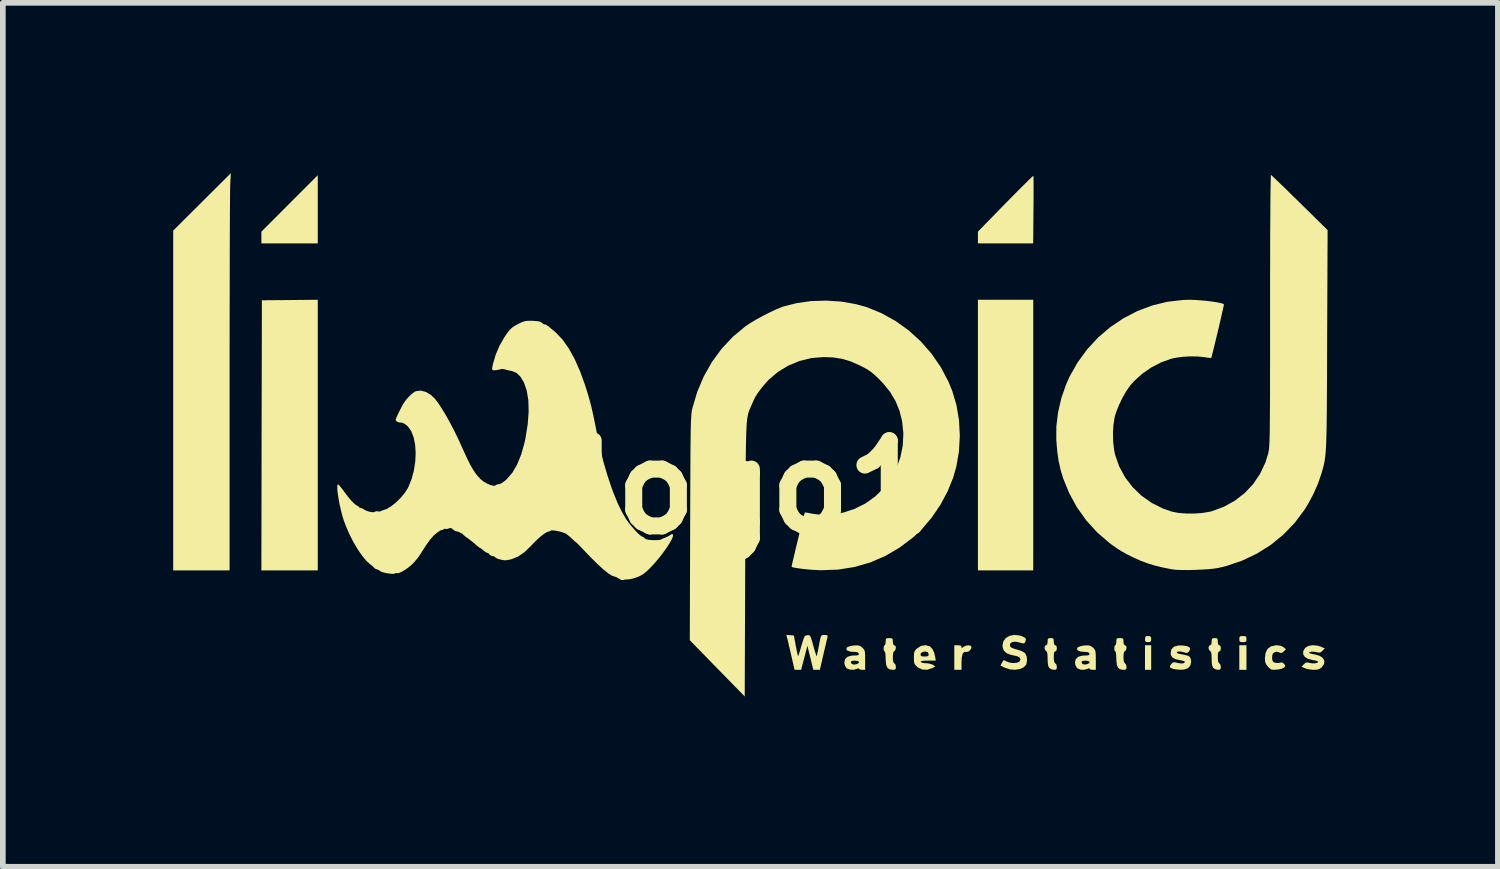
<source format=kicad_pcb>
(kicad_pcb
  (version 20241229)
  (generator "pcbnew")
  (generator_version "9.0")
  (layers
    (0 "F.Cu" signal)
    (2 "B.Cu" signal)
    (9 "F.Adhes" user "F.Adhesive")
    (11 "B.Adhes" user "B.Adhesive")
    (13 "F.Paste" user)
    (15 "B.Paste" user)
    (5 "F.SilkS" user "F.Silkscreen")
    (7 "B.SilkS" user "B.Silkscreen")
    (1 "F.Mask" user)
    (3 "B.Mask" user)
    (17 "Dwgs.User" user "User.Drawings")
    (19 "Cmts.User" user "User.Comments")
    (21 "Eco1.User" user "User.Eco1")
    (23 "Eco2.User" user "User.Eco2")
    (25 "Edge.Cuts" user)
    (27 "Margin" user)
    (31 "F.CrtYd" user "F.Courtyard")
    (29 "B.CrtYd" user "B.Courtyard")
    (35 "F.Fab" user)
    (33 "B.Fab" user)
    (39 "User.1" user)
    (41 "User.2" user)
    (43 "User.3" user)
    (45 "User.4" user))
  (footprint "logo1"
    (layer "F.Cu")
    (at 10.182 5.533)
    (property "Reference" "logo1" (at 0 0 0) (layer "F.SilkS") (effects (font (size 1.5 1.5) (thickness 0.3))))
    (attr board_only exclude_from_pos_files exclude_from_bom)
    (fp_poly (pts (xy -7.636 -4.897) (xy -7.636 -4.297) (xy -8.133 -4.297) (xy -8.629 -4.297) (xy -8.629 -4.4) (xy -8.629 -4.503) (xy -8.133 -5) (xy -7.636 -5.497)) (stroke (width 0) (type solid)) (fill yes) (layer "F.SilkS"))
    (fp_poly (pts (xy -7.636 -0.921) (xy -7.636 1.462) (xy -8.133 1.462) (xy -8.629 1.462) (xy -8.625 -0.916) (xy -8.62 -3.295) (xy -8.128 -3.299) (xy -7.636 -3.304)) (stroke (width 0) (type solid)) (fill yes) (layer "F.SilkS"))
    (fp_poly (pts (xy 4.964 -0.921) (xy 4.964 1.462) (xy 4.477 1.462) (xy 3.99 1.462) (xy 3.99 -0.921) (xy 3.99 -3.304) (xy 4.477 -3.304) (xy 4.964 -3.304)) (stroke (width 0) (type solid)) (fill yes) (layer "F.SilkS"))
    (fp_poly (pts (xy 7.041 2.997) (xy 7.041 3.213) (xy 6.986 3.213) (xy 6.932 3.213) (xy 6.932 2.997) (xy 6.932 2.78) (xy 6.986 2.78) (xy 7.041 2.78)) (stroke (width 0) (type solid)) (fill yes) (layer "F.SilkS"))
    (fp_poly (pts (xy 8.719 2.997) (xy 8.719 3.213) (xy 8.656 3.213) (xy 8.593 3.213) (xy 8.593 2.997) (xy 8.593 2.78) (xy 8.656 2.78) (xy 8.719 2.78)) (stroke (width 0) (type solid)) (fill yes) (layer "F.SilkS"))
    (fp_poly (pts (xy 7.025 2.622) (xy 7.039 2.643) (xy 7.041 2.672) (xy 7.036 2.71) (xy 7.015 2.724) (xy 6.986 2.726) (xy 6.948 2.721) (xy 6.934 2.7) (xy 6.932 2.672) (xy 6.937 2.633) (xy 6.958 2.619) (xy 6.986 2.618)) (stroke (width 0) (type solid)) (fill yes) (layer "F.SilkS"))
    (fp_poly (pts (xy 8.699 2.621) (xy 8.716 2.636) (xy 8.719 2.672) (xy 8.716 2.708) (xy 8.698 2.723) (xy 8.656 2.726) (xy 8.614 2.723) (xy 8.596 2.708) (xy 8.593 2.672) (xy 8.597 2.635) (xy 8.614 2.62) (xy 8.656 2.618)) (stroke (width 0) (type solid)) (fill yes) (layer "F.SilkS"))
    (fp_poly (pts (xy 4.968 -5.468) (xy 4.969 -5.417) (xy 4.97 -5.338) (xy 4.97 -5.236) (xy 4.97 -5.115) (xy 4.969 -4.98) (xy 4.968 -4.888) (xy 4.963 -4.297) (xy 4.476 -4.297) (xy 3.99 -4.297) (xy 3.99 -4.4) (xy 3.99 -4.504) (xy 4.475 -5.001) (xy 4.583 -5.111) (xy 4.683 -5.212) (xy 4.772 -5.301) (xy 4.848 -5.376) (xy 4.907 -5.434) (xy 4.947 -5.472) (xy 4.966 -5.488) (xy 4.967 -5.488)) (stroke (width 0) (type solid)) (fill yes) (layer "F.SilkS"))
    (fp_poly (pts (xy -9.178 -5.326) (xy -9.179 -5.286) (xy -9.18 -5.212) (xy -9.181 -5.106) (xy -9.182 -4.969) (xy -9.183 -4.805) (xy -9.184 -4.614) (xy -9.185 -4.398) (xy -9.186 -4.16) (xy -9.186 -3.902) (xy -9.187 -3.624) (xy -9.187 -3.33) (xy -9.188 -3.022) (xy -9.188 -2.701) (xy -9.189 -2.368) (xy -9.189 -2.027) (xy -9.189 -1.828) (xy -9.189 1.462) (xy -9.685 1.462) (xy -10.182 1.462) (xy -10.182 -1.53) (xy -10.182 -4.522) (xy -9.674 -5.028) (xy -9.167 -5.533)) (stroke (width 0) (type solid)) (fill yes) (layer "F.SilkS"))
    (fp_poly (pts (xy 3.683 2.785) (xy 3.7 2.802) (xy 3.701 2.81) (xy 3.703 2.83) (xy 3.717 2.824) (xy 3.734 2.81) (xy 3.774 2.788) (xy 3.821 2.781) (xy 3.86 2.788) (xy 3.873 2.799) (xy 3.874 2.83) (xy 3.854 2.865) (xy 3.823 2.892) (xy 3.792 2.898) (xy 3.751 2.897) (xy 3.722 2.928) (xy 3.706 2.99) (xy 3.701 3.079) (xy 3.701 3.213) (xy 3.638 3.213) (xy 3.574 3.213) (xy 3.574 2.997) (xy 3.574 2.78) (xy 3.638 2.78)) (stroke (width 0) (type solid)) (fill yes) (layer "F.SilkS"))
    (fp_poly (pts (xy 9.328 2.792) (xy 9.372 2.815) (xy 9.414 2.85) (xy 9.376 2.889) (xy 9.344 2.915) (xy 9.315 2.915) (xy 9.297 2.906) (xy 9.249 2.894) (xy 9.214 2.904) (xy 9.185 2.925) (xy 9.173 2.96) (xy 9.171 2.997) (xy 9.175 3.047) (xy 9.19 3.073) (xy 9.216 3.087) (xy 9.277 3.094) (xy 9.304 3.088) (xy 9.345 3.082) (xy 9.378 3.105) (xy 9.38 3.107) (xy 9.401 3.135) (xy 9.397 3.156) (xy 9.383 3.172) (xy 9.345 3.192) (xy 9.285 3.206) (xy 9.253 3.209) (xy 9.194 3.213) (xy 9.156 3.207) (xy 9.126 3.187) (xy 9.099 3.16) (xy 9.064 3.115) (xy 9.048 3.069) (xy 9.044 3.012) (xy 9.056 2.914) (xy 9.091 2.844) (xy 9.15 2.8) (xy 9.235 2.781) (xy 9.26 2.78)) (stroke (width 0) (type solid)) (fill yes) (layer "F.SilkS"))
    (fp_poly (pts (xy 5.308 2.657) (xy 5.323 2.675) (xy 5.326 2.717) (xy 5.331 2.764) (xy 5.35 2.78) (xy 5.353 2.78) (xy 5.374 2.796) (xy 5.38 2.834) (xy 5.372 2.877) (xy 5.353 2.888) (xy 5.336 2.897) (xy 5.328 2.928) (xy 5.326 2.988) (xy 5.329 3.053) (xy 5.34 3.089) (xy 5.353 3.099) (xy 5.373 3.123) (xy 5.38 3.161) (xy 5.375 3.199) (xy 5.352 3.212) (xy 5.328 3.213) (xy 5.279 3.202) (xy 5.247 3.18) (xy 5.229 3.147) (xy 5.22 3.094) (xy 5.217 3.02) (xy 5.215 2.947) (xy 5.208 2.905) (xy 5.195 2.884) (xy 5.19 2.882) (xy 5.17 2.858) (xy 5.163 2.826) (xy 5.172 2.789) (xy 5.19 2.78) (xy 5.21 2.766) (xy 5.217 2.723) (xy 5.217 2.717) (xy 5.22 2.674) (xy 5.236 2.657) (xy 5.271 2.654)) (stroke (width 0) (type solid)) (fill yes) (layer "F.SilkS"))
    (fp_poly (pts (xy 8.196 2.657) (xy 8.211 2.675) (xy 8.214 2.717) (xy 8.22 2.764) (xy 8.239 2.78) (xy 8.241 2.78) (xy 8.263 2.796) (xy 8.268 2.834) (xy 8.26 2.877) (xy 8.241 2.888) (xy 8.225 2.897) (xy 8.216 2.928) (xy 8.214 2.988) (xy 8.217 3.053) (xy 8.229 3.089) (xy 8.241 3.099) (xy 8.261 3.123) (xy 8.268 3.161) (xy 8.263 3.199) (xy 8.241 3.212) (xy 8.217 3.213) (xy 8.168 3.202) (xy 8.135 3.18) (xy 8.118 3.147) (xy 8.108 3.094) (xy 8.106 3.02) (xy 8.104 2.947) (xy 8.096 2.905) (xy 8.083 2.884) (xy 8.079 2.882) (xy 8.058 2.858) (xy 8.051 2.826) (xy 8.061 2.789) (xy 8.079 2.78) (xy 8.099 2.766) (xy 8.106 2.723) (xy 8.106 2.717) (xy 8.109 2.674) (xy 8.124 2.657) (xy 8.16 2.654)) (stroke (width 0) (type solid)) (fill yes) (layer "F.SilkS"))
    (fp_poly (pts (xy 2.47 2.657) (xy 2.488 2.672) (xy 2.491 2.712) (xy 2.491 2.717) (xy 2.497 2.764) (xy 2.516 2.78) (xy 2.518 2.78) (xy 2.54 2.796) (xy 2.545 2.826) (xy 2.536 2.864) (xy 2.518 2.882) (xy 2.501 2.902) (xy 2.493 2.948) (xy 2.491 2.99) (xy 2.495 3.055) (xy 2.507 3.089) (xy 2.518 3.099) (xy 2.539 3.123) (xy 2.545 3.161) (xy 2.542 3.196) (xy 2.523 3.211) (xy 2.483 3.213) (xy 2.426 3.202) (xy 2.393 3.173) (xy 2.373 3.12) (xy 2.365 3.032) (xy 2.365 3.011) (xy 2.362 2.947) (xy 2.356 2.904) (xy 2.347 2.888) (xy 2.334 2.873) (xy 2.329 2.835) (xy 2.329 2.834) (xy 2.334 2.796) (xy 2.347 2.78) (xy 2.347 2.78) (xy 2.359 2.764) (xy 2.365 2.725) (xy 2.365 2.717) (xy 2.368 2.675) (xy 2.383 2.657) (xy 2.423 2.654) (xy 2.428 2.654)) (stroke (width 0) (type solid)) (fill yes) (layer "F.SilkS"))
    (fp_poly (pts (xy 6.532 2.657) (xy 6.55 2.672) (xy 6.553 2.712) (xy 6.553 2.717) (xy 6.559 2.764) (xy 6.578 2.78) (xy 6.58 2.78) (xy 6.602 2.796) (xy 6.607 2.826) (xy 6.598 2.864) (xy 6.58 2.882) (xy 6.563 2.902) (xy 6.554 2.948) (xy 6.553 2.99) (xy 6.557 3.055) (xy 6.569 3.089) (xy 6.58 3.099) (xy 6.6 3.123) (xy 6.607 3.161) (xy 6.603 3.196) (xy 6.585 3.211) (xy 6.545 3.213) (xy 6.488 3.202) (xy 6.455 3.173) (xy 6.435 3.12) (xy 6.427 3.032) (xy 6.427 3.011) (xy 6.424 2.947) (xy 6.418 2.904) (xy 6.409 2.888) (xy 6.396 2.873) (xy 6.391 2.835) (xy 6.391 2.834) (xy 6.396 2.796) (xy 6.408 2.78) (xy 6.409 2.78) (xy 6.421 2.764) (xy 6.427 2.725) (xy 6.427 2.717) (xy 6.43 2.675) (xy 6.445 2.657) (xy 6.485 2.654) (xy 6.49 2.654)) (stroke (width 0) (type solid)) (fill yes) (layer "F.SilkS"))
    (fp_poly (pts (xy 3.139 2.797) (xy 3.142 2.799) (xy 3.184 2.839) (xy 3.218 2.907) (xy 3.237 2.983) (xy 3.247 3.051) (xy 3.111 3.051) (xy 3.039 3.053) (xy 2.997 3.058) (xy 2.983 3.068) (xy 2.983 3.073) (xy 3.006 3.088) (xy 3.055 3.096) (xy 3.072 3.096) (xy 3.133 3.103) (xy 3.185 3.119) (xy 3.196 3.125) (xy 3.24 3.154) (xy 3.182 3.184) (xy 3.095 3.212) (xy 3.01 3.208) (xy 2.934 3.172) (xy 2.921 3.161) (xy 2.888 3.129) (xy 2.87 3.098) (xy 2.863 3.055) (xy 2.862 2.997) (xy 2.863 2.943) (xy 2.979 2.943) (xy 2.985 2.966) (xy 3.01 2.977) (xy 3.051 2.979) (xy 3.098 2.976) (xy 3.119 2.964) (xy 3.123 2.942) (xy 3.109 2.905) (xy 3.069 2.89) (xy 3.024 2.896) (xy 2.986 2.918) (xy 2.979 2.943) (xy 2.863 2.943) (xy 2.864 2.933) (xy 2.872 2.892) (xy 2.891 2.862) (xy 2.921 2.833) (xy 2.99 2.791) (xy 3.066 2.779)) (stroke (width 0) (type solid)) (fill yes) (layer "F.SilkS"))
    (fp_poly (pts (xy 9.976 2.789) (xy 10.032 2.807) (xy 10.097 2.835) (xy 10.058 2.877) (xy 10.027 2.904) (xy 9.996 2.91) (xy 9.949 2.901) (xy 9.901 2.893) (xy 9.858 2.894) (xy 9.829 2.902) (xy 9.824 2.916) (xy 9.827 2.919) (xy 9.85 2.927) (xy 9.896 2.938) (xy 9.933 2.945) (xy 10.012 2.968) (xy 10.066 3.007) (xy 10.091 3.057) (xy 10.085 3.112) (xy 10.046 3.167) (xy 10.044 3.169) (xy 10.003 3.198) (xy 9.955 3.211) (xy 9.904 3.213) (xy 9.835 3.207) (xy 9.771 3.193) (xy 9.75 3.185) (xy 9.689 3.159) (xy 9.729 3.116) (xy 9.761 3.088) (xy 9.794 3.083) (xy 9.829 3.091) (xy 9.881 3.1) (xy 9.931 3.098) (xy 9.97 3.087) (xy 9.983 3.07) (xy 9.967 3.059) (xy 9.925 3.048) (xy 9.883 3.041) (xy 9.802 3.02) (xy 9.746 2.984) (xy 9.717 2.936) (xy 9.719 2.883) (xy 9.753 2.828) (xy 9.757 2.824) (xy 9.813 2.791) (xy 9.89 2.779)) (stroke (width 0) (type solid)) (fill yes) (layer "F.SilkS"))
    (fp_poly (pts (xy 7.669 2.795) (xy 7.716 2.816) (xy 7.729 2.846) (xy 7.711 2.885) (xy 7.683 2.913) (xy 7.652 2.915) (xy 7.63 2.907) (xy 7.577 2.893) (xy 7.529 2.889) (xy 7.498 2.896) (xy 7.492 2.906) (xy 7.497 2.917) (xy 7.516 2.927) (xy 7.556 2.936) (xy 7.625 2.949) (xy 7.635 2.951) (xy 7.698 2.968) (xy 7.732 3) (xy 7.744 3.053) (xy 7.745 3.07) (xy 7.73 3.138) (xy 7.688 3.185) (xy 7.617 3.208) (xy 7.557 3.212) (xy 7.492 3.207) (xy 7.434 3.198) (xy 7.415 3.192) (xy 7.376 3.173) (xy 7.369 3.15) (xy 7.392 3.114) (xy 7.397 3.108) (xy 7.421 3.085) (xy 7.448 3.079) (xy 7.493 3.088) (xy 7.503 3.091) (xy 7.566 3.101) (xy 7.612 3.097) (xy 7.635 3.078) (xy 7.636 3.072) (xy 7.62 3.06) (xy 7.579 3.048) (xy 7.55 3.043) (xy 7.467 3.024) (xy 7.414 2.995) (xy 7.388 2.952) (xy 7.384 2.916) (xy 7.398 2.851) (xy 7.441 2.807) (xy 7.512 2.785) (xy 7.587 2.784)) (stroke (width 0) (type solid)) (fill yes) (layer "F.SilkS"))
    (fp_poly (pts (xy 4.718 2.607) (xy 4.775 2.626) (xy 4.822 2.651) (xy 4.836 2.679) (xy 4.824 2.719) (xy 4.821 2.725) (xy 4.807 2.744) (xy 4.786 2.748) (xy 4.747 2.739) (xy 4.725 2.732) (xy 4.654 2.717) (xy 4.598 2.723) (xy 4.562 2.745) (xy 4.552 2.784) (xy 4.553 2.784) (xy 4.562 2.808) (xy 4.588 2.827) (xy 4.637 2.845) (xy 4.675 2.855) (xy 4.752 2.88) (xy 4.807 2.91) (xy 4.824 2.925) (xy 4.848 2.978) (xy 4.855 3.046) (xy 4.844 3.11) (xy 4.838 3.124) (xy 4.794 3.17) (xy 4.726 3.2) (xy 4.644 3.212) (xy 4.556 3.206) (xy 4.472 3.179) (xy 4.464 3.176) (xy 4.388 3.138) (xy 4.415 3.085) (xy 4.435 3.05) (xy 4.454 3.044) (xy 4.485 3.061) (xy 4.488 3.063) (xy 4.541 3.084) (xy 4.606 3.094) (xy 4.669 3.09) (xy 4.715 3.073) (xy 4.721 3.068) (xy 4.74 3.031) (xy 4.727 2.998) (xy 4.684 2.974) (xy 4.66 2.969) (xy 4.559 2.946) (xy 4.488 2.916) (xy 4.446 2.875) (xy 4.426 2.82) (xy 4.423 2.781) (xy 4.439 2.708) (xy 4.483 2.651) (xy 4.548 2.614) (xy 4.628 2.598)) (stroke (width 0) (type solid)) (fill yes) (layer "F.SilkS"))
    (fp_poly (pts (xy 1.91 2.791) (xy 1.945 2.814) (xy 1.954 2.823) (xy 1.977 2.846) (xy 1.992 2.87) (xy 2 2.904) (xy 2.003 2.955) (xy 2.004 3.033) (xy 2.004 3.041) (xy 2.004 3.213) (xy 1.95 3.213) (xy 1.912 3.208) (xy 1.896 3.195) (xy 1.896 3.195) (xy 1.884 3.185) (xy 1.861 3.195) (xy 1.801 3.212) (xy 1.737 3.21) (xy 1.683 3.189) (xy 1.67 3.177) (xy 1.646 3.133) (xy 1.637 3.084) (xy 1.639 3.076) (xy 1.751 3.076) (xy 1.765 3.105) (xy 1.774 3.111) (xy 1.801 3.12) (xy 1.827 3.119) (xy 1.855 3.112) (xy 1.891 3.094) (xy 1.896 3.074) (xy 1.871 3.058) (xy 1.823 3.051) (xy 1.772 3.056) (xy 1.752 3.072) (xy 1.751 3.076) (xy 1.639 3.076) (xy 1.652 3.023) (xy 1.696 2.982) (xy 1.769 2.963) (xy 1.809 2.961) (xy 1.862 2.959) (xy 1.888 2.951) (xy 1.893 2.934) (xy 1.892 2.929) (xy 1.879 2.909) (xy 1.847 2.899) (xy 1.801 2.897) (xy 1.736 2.891) (xy 1.691 2.874) (xy 1.672 2.849) (xy 1.682 2.821) (xy 1.688 2.816) (xy 1.722 2.801) (xy 1.777 2.788) (xy 1.811 2.784) (xy 1.871 2.782)) (stroke (width 0) (type solid)) (fill yes) (layer "F.SilkS"))
    (fp_poly (pts (xy 5.972 2.791) (xy 6.006 2.814) (xy 6.016 2.823) (xy 6.039 2.846) (xy 6.054 2.87) (xy 6.062 2.904) (xy 6.065 2.955) (xy 6.066 3.033) (xy 6.066 3.041) (xy 6.066 3.213) (xy 6.012 3.213) (xy 5.973 3.208) (xy 5.957 3.195) (xy 5.957 3.195) (xy 5.946 3.185) (xy 5.922 3.195) (xy 5.863 3.212) (xy 5.798 3.21) (xy 5.745 3.189) (xy 5.731 3.177) (xy 5.708 3.133) (xy 5.699 3.084) (xy 5.7 3.076) (xy 5.813 3.076) (xy 5.827 3.105) (xy 5.836 3.111) (xy 5.863 3.12) (xy 5.889 3.119) (xy 5.917 3.112) (xy 5.953 3.094) (xy 5.957 3.074) (xy 5.933 3.058) (xy 5.885 3.051) (xy 5.834 3.056) (xy 5.814 3.072) (xy 5.813 3.076) (xy 5.7 3.076) (xy 5.714 3.023) (xy 5.758 2.982) (xy 5.831 2.963) (xy 5.87 2.961) (xy 5.924 2.959) (xy 5.949 2.951) (xy 5.955 2.934) (xy 5.954 2.929) (xy 5.941 2.909) (xy 5.908 2.899) (xy 5.863 2.897) (xy 5.798 2.891) (xy 5.753 2.874) (xy 5.733 2.849) (xy 5.744 2.821) (xy 5.75 2.816) (xy 5.784 2.801) (xy 5.839 2.788) (xy 5.873 2.784) (xy 5.933 2.782)) (stroke (width 0) (type solid)) (fill yes) (layer "F.SilkS"))
    (fp_poly (pts (xy 0.683 2.603) (xy 0.749 2.609) (xy 0.783 2.794) (xy 0.798 2.87) (xy 0.811 2.929) (xy 0.82 2.965) (xy 0.825 2.973) (xy 0.832 2.953) (xy 0.847 2.907) (xy 0.867 2.841) (xy 0.882 2.787) (xy 0.906 2.707) (xy 0.923 2.655) (xy 0.939 2.624) (xy 0.956 2.61) (xy 0.978 2.604) (xy 0.986 2.603) (xy 1.009 2.602) (xy 1.026 2.608) (xy 1.041 2.627) (xy 1.055 2.664) (xy 1.074 2.727) (xy 1.091 2.789) (xy 1.112 2.865) (xy 1.131 2.925) (xy 1.144 2.963) (xy 1.15 2.972) (xy 1.156 2.953) (xy 1.166 2.907) (xy 1.179 2.843) (xy 1.183 2.823) (xy 1.2 2.731) (xy 1.213 2.668) (xy 1.224 2.629) (xy 1.237 2.609) (xy 1.253 2.601) (xy 1.276 2.599) (xy 1.29 2.6) (xy 1.331 2.602) (xy 1.344 2.615) (xy 1.338 2.651) (xy 1.336 2.658) (xy 1.326 2.697) (xy 1.311 2.763) (xy 1.291 2.847) (xy 1.269 2.941) (xy 1.264 2.965) (xy 1.206 3.213) (xy 1.149 3.213) (xy 1.091 3.213) (xy 1.039 3.001) (xy 0.987 2.789) (xy 0.932 3.001) (xy 0.876 3.213) (xy 0.819 3.213) (xy 0.761 3.213) (xy 0.704 2.965) (xy 0.682 2.87) (xy 0.661 2.782) (xy 0.645 2.711) (xy 0.633 2.664) (xy 0.631 2.657) (xy 0.616 2.598)) (stroke (width 0) (type solid)) (fill yes) (layer "F.SilkS"))
    (fp_poly (pts (xy 1.582 -3.272) (xy 1.836 -3.228) (xy 2.029 -3.175) (xy 2.291 -3.068) (xy 2.54 -2.93) (xy 2.771 -2.764) (xy 2.983 -2.571) (xy 3.172 -2.355) (xy 3.335 -2.119) (xy 3.469 -1.866) (xy 3.537 -1.701) (xy 3.612 -1.448) (xy 3.657 -1.181) (xy 3.671 -0.908) (xy 3.656 -0.634) (xy 3.61 -0.368) (xy 3.554 -0.172) (xy 3.455 0.073) (xy 3.327 0.31) (xy 3.176 0.532) (xy 3.006 0.732) (xy 2.852 0.878) (xy 2.612 1.059) (xy 2.359 1.208) (xy 2.094 1.322) (xy 1.817 1.402) (xy 1.529 1.448) (xy 1.23 1.459) (xy 1.169 1.457) (xy 1.07 1.451) (xy 0.97 1.443) (xy 0.877 1.432) (xy 0.797 1.421) (xy 0.738 1.41) (xy 0.708 1.399) (xy 0.711 1.382) (xy 0.721 1.334) (xy 0.738 1.263) (xy 0.759 1.174) (xy 0.783 1.071) (xy 0.81 0.961) (xy 0.837 0.849) (xy 0.864 0.741) (xy 0.889 0.641) (xy 0.91 0.556) (xy 0.927 0.491) (xy 0.938 0.452) (xy 0.941 0.443) (xy 0.961 0.443) (xy 1.005 0.45) (xy 1.056 0.461) (xy 1.236 0.486) (xy 1.427 0.48) (xy 1.626 0.442) (xy 1.814 0.38) (xy 2.008 0.284) (xy 2.18 0.161) (xy 2.33 0.015) (xy 2.455 -0.151) (xy 2.553 -0.334) (xy 2.624 -0.53) (xy 2.666 -0.736) (xy 2.677 -0.948) (xy 2.655 -1.163) (xy 2.61 -1.345) (xy 2.54 -1.518) (xy 2.443 -1.681) (xy 2.314 -1.839) (xy 2.257 -1.898) (xy 2.179 -1.973) (xy 2.113 -2.029) (xy 2.046 -2.075) (xy 1.966 -2.119) (xy 1.912 -2.146) (xy 1.752 -2.217) (xy 1.601 -2.263) (xy 1.444 -2.288) (xy 1.273 -2.295) (xy 1.056 -2.277) (xy 0.847 -2.226) (xy 0.648 -2.143) (xy 0.466 -2.032) (xy 0.304 -1.894) (xy 0.207 -1.785) (xy 0.146 -1.707) (xy 0.102 -1.646) (xy 0.068 -1.59) (xy 0.038 -1.529) (xy 0.008 -1.46) (xy -0.007 -1.426) (xy -0.02 -1.396) (xy -0.033 -1.367) (xy -0.043 -1.339) (xy -0.053 -1.309) (xy -0.061 -1.276) (xy -0.069 -1.236) (xy -0.075 -1.189) (xy -0.081 -1.133) (xy -0.085 -1.065) (xy -0.089 -0.984) (xy -0.092 -0.887) (xy -0.095 -0.773) (xy -0.097 -0.64) (xy -0.099 -0.486) (xy -0.101 -0.309) (xy -0.102 -0.107) (xy -0.103 0.122) (xy -0.104 0.38) (xy -0.106 0.669) (xy -0.107 0.99) (xy -0.108 1.259) (xy -0.117 3.682) (xy -0.601 3.187) (xy -1.084 2.692) (xy -1.078 0.718) (xy -1.077 0.407) (xy -1.076 0.129) (xy -1.075 -0.116) (xy -1.074 -0.332) (xy -1.073 -0.521) (xy -1.072 -0.684) (xy -1.07 -0.823) (xy -1.069 -0.941) (xy -1.067 -1.04) (xy -1.065 -1.123) (xy -1.062 -1.19) (xy -1.059 -1.244) (xy -1.056 -1.288) (xy -1.052 -1.324) (xy -1.048 -1.353) (xy -1.043 -1.378) (xy -1.04 -1.39) (xy -0.954 -1.68) (xy -0.838 -1.954) (xy -0.694 -2.209) (xy -0.523 -2.442) (xy -0.326 -2.652) (xy -0.109 -2.833) (xy -0.022 -2.892) (xy 0.087 -2.957) (xy 0.208 -3.023) (xy 0.331 -3.085) (xy 0.446 -3.139) (xy 0.544 -3.178) (xy 0.563 -3.185) (xy 0.802 -3.246) (xy 1.056 -3.281) (xy 1.319 -3.289)) (stroke (width 0) (type solid)) (fill yes) (layer "F.SilkS"))
    (fp_poly (pts (xy 9.167 -5.489) (xy 9.206 -5.453) (xy 9.264 -5.397) (xy 9.34 -5.324) (xy 9.43 -5.237) (xy 9.53 -5.138) (xy 9.64 -5.031) (xy 9.657 -5.014) (xy 10.148 -4.531) (xy 10.14 -2.595) (xy 10.139 -2.282) (xy 10.138 -2.003) (xy 10.137 -1.755) (xy 10.135 -1.537) (xy 10.134 -1.345) (xy 10.132 -1.179) (xy 10.13 -1.035) (xy 10.127 -0.911) (xy 10.124 -0.805) (xy 10.12 -0.714) (xy 10.115 -0.637) (xy 10.109 -0.572) (xy 10.103 -0.515) (xy 10.095 -0.464) (xy 10.086 -0.418) (xy 10.076 -0.374) (xy 10.064 -0.33) (xy 10.051 -0.283) (xy 10.038 -0.239) (xy 9.98 -0.07) (xy 9.901 0.11) (xy 9.807 0.287) (xy 9.738 0.399) (xy 9.566 0.628) (xy 9.368 0.833) (xy 9.147 1.013) (xy 8.904 1.166) (xy 8.641 1.291) (xy 8.363 1.385) (xy 8.232 1.417) (xy 8.157 1.429) (xy 8.058 1.44) (xy 7.941 1.447) (xy 7.817 1.453) (xy 7.694 1.456) (xy 7.58 1.455) (xy 7.484 1.452) (xy 7.414 1.444) (xy 7.411 1.444) (xy 7.241 1.41) (xy 7.098 1.375) (xy 6.972 1.336) (xy 6.852 1.29) (xy 6.728 1.235) (xy 6.71 1.226) (xy 6.608 1.175) (xy 6.525 1.129) (xy 6.449 1.081) (xy 6.367 1.024) (xy 6.3 0.974) (xy 6.088 0.791) (xy 5.898 0.582) (xy 5.733 0.35) (xy 5.596 0.099) (xy 5.494 -0.151) (xy 5.446 -0.308) (xy 5.411 -0.464) (xy 5.387 -0.632) (xy 5.371 -0.824) (xy 5.37 -0.84) (xy 5.371 -1.076) (xy 5.402 -1.323) (xy 5.459 -1.571) (xy 5.542 -1.811) (xy 5.605 -1.953) (xy 5.747 -2.203) (xy 5.915 -2.432) (xy 6.106 -2.639) (xy 6.319 -2.821) (xy 6.55 -2.976) (xy 6.796 -3.104) (xy 7.055 -3.202) (xy 7.323 -3.268) (xy 7.599 -3.3) (xy 7.717 -3.304) (xy 7.805 -3.301) (xy 7.903 -3.295) (xy 8.003 -3.286) (xy 8.1 -3.274) (xy 8.186 -3.261) (xy 8.257 -3.248) (xy 8.304 -3.235) (xy 8.322 -3.223) (xy 8.322 -3.222) (xy 8.318 -3.199) (xy 8.307 -3.147) (xy 8.29 -3.072) (xy 8.269 -2.979) (xy 8.245 -2.875) (xy 8.219 -2.764) (xy 8.192 -2.652) (xy 8.166 -2.546) (xy 8.143 -2.45) (xy 8.123 -2.371) (xy 8.108 -2.313) (xy 8.1 -2.283) (xy 8.099 -2.28) (xy 8.079 -2.279) (xy 8.033 -2.284) (xy 7.972 -2.294) (xy 7.969 -2.294) (xy 7.86 -2.305) (xy 7.731 -2.307) (xy 7.596 -2.299) (xy 7.47 -2.282) (xy 7.393 -2.265) (xy 7.219 -2.203) (xy 7.045 -2.113) (xy 6.882 -2) (xy 6.74 -1.871) (xy 6.669 -1.791) (xy 6.6 -1.691) (xy 6.531 -1.57) (xy 6.47 -1.441) (xy 6.421 -1.316) (xy 6.398 -1.237) (xy 6.377 -1.106) (xy 6.368 -0.956) (xy 6.372 -0.801) (xy 6.389 -0.657) (xy 6.406 -0.573) (xy 6.479 -0.366) (xy 6.583 -0.175) (xy 6.715 -0.003) (xy 6.872 0.148) (xy 7.051 0.274) (xy 7.249 0.373) (xy 7.402 0.426) (xy 7.515 0.449) (xy 7.65 0.46) (xy 7.796 0.461) (xy 7.939 0.451) (xy 8.068 0.43) (xy 8.114 0.418) (xy 8.325 0.34) (xy 8.518 0.232) (xy 8.69 0.098) (xy 8.838 -0.06) (xy 8.959 -0.239) (xy 9.052 -0.436) (xy 9.099 -0.585) (xy 9.104 -0.606) (xy 9.108 -0.628) (xy 9.113 -0.653) (xy 9.116 -0.682) (xy 9.119 -0.718) (xy 9.122 -0.762) (xy 9.125 -0.816) (xy 9.127 -0.883) (xy 9.129 -0.963) (xy 9.13 -1.06) (xy 9.131 -1.175) (xy 9.132 -1.31) (xy 9.133 -1.467) (xy 9.134 -1.647) (xy 9.134 -1.853) (xy 9.134 -2.087) (xy 9.135 -2.351) (xy 9.135 -2.646) (xy 9.135 -2.974) (xy 9.135 -3.118) (xy 9.135 -3.435) (xy 9.135 -3.736) (xy 9.136 -4.018) (xy 9.136 -4.282) (xy 9.137 -4.524) (xy 9.139 -4.744) (xy 9.14 -4.939) (xy 9.141 -5.108) (xy 9.143 -5.25) (xy 9.145 -5.362) (xy 9.147 -5.442) (xy 9.149 -5.49) (xy 9.151 -5.503)) (stroke (width 0) (type solid)) (fill yes) (layer "F.SilkS"))
    (fp_poly (pts (xy -3.85 -2.933) (xy -3.77 -2.927) (xy -3.72 -2.917) (xy -3.693 -2.902) (xy -3.691 -2.899) (xy -3.66 -2.875) (xy -3.642 -2.87) (xy -3.625 -2.868) (xy -3.604 -2.857) (xy -3.572 -2.835) (xy -3.526 -2.796) (xy -3.458 -2.739) (xy -3.444 -2.727) (xy -3.328 -2.606) (xy -3.217 -2.45) (xy -3.112 -2.259) (xy -3.013 -2.035) (xy -2.933 -1.814) (xy -2.898 -1.705) (xy -2.868 -1.606) (xy -2.841 -1.51) (xy -2.815 -1.409) (xy -2.79 -1.297) (xy -2.762 -1.165) (xy -2.73 -1.005) (xy -2.726 -0.984) (xy -2.667 -0.703) (xy -2.605 -0.45) (xy -2.537 -0.217) (xy -2.463 0.004) (xy -2.428 0.099) (xy -2.356 0.275) (xy -2.285 0.422) (xy -2.212 0.549) (xy -2.211 0.551) (xy -2.167 0.614) (xy -2.114 0.681) (xy -2.057 0.746) (xy -2.004 0.803) (xy -1.958 0.844) (xy -1.926 0.865) (xy -1.921 0.867) (xy -1.893 0.881) (xy -1.881 0.895) (xy -1.86 0.912) (xy -1.815 0.923) (xy -1.741 0.929) (xy -1.74 0.929) (xy -1.675 0.929) (xy -1.624 0.927) (xy -1.598 0.921) (xy -1.598 0.921) (xy -1.57 0.907) (xy -1.525 0.888) (xy -1.516 0.885) (xy -1.466 0.862) (xy -1.426 0.838) (xy -1.423 0.835) (xy -1.396 0.82) (xy -1.381 0.831) (xy -1.381 0.863) (xy -1.402 0.915) (xy -1.441 0.985) (xy -1.494 1.066) (xy -1.557 1.154) (xy -1.627 1.244) (xy -1.701 1.332) (xy -1.774 1.411) (xy -1.844 1.479) (xy -1.898 1.523) (xy -1.965 1.562) (xy -2.048 1.595) (xy -2.13 1.616) (xy -2.184 1.621) (xy -2.231 1.624) (xy -2.258 1.632) (xy -2.293 1.63) (xy -2.333 1.607) (xy -2.374 1.582) (xy -2.408 1.571) (xy -2.408 1.571) (xy -2.454 1.556) (xy -2.52 1.514) (xy -2.606 1.445) (xy -2.71 1.35) (xy -2.831 1.23) (xy -2.94 1.116) (xy -2.997 1.056) (xy -3.043 1.008) (xy -3.075 0.977) (xy -3.087 0.967) (xy -3.087 0.967) (xy -3.099 0.96) (xy -3.128 0.934) (xy -3.156 0.907) (xy -3.205 0.863) (xy -3.25 0.827) (xy -3.268 0.814) (xy -3.31 0.797) (xy -3.366 0.78) (xy -3.427 0.766) (xy -3.482 0.758) (xy -3.52 0.757) (xy -3.531 0.761) (xy -3.555 0.775) (xy -3.566 0.776) (xy -3.606 0.79) (xy -3.664 0.827) (xy -3.735 0.885) (xy -3.813 0.959) (xy -3.875 1.024) (xy -3.994 1.14) (xy -4.112 1.22) (xy -4.226 1.266) (xy -4.26 1.273) (xy -4.297 1.28) (xy -4.306 1.282) (xy -4.341 1.284) (xy -4.393 1.277) (xy -4.446 1.264) (xy -4.489 1.248) (xy -4.507 1.234) (xy -4.531 1.215) (xy -4.558 1.21) (xy -4.595 1.199) (xy -4.61 1.182) (xy -4.633 1.158) (xy -4.645 1.155) (xy -4.674 1.144) (xy -4.713 1.116) (xy -4.719 1.111) (xy -4.753 1.082) (xy -4.775 1.067) (xy -4.777 1.067) (xy -4.795 1.057) (xy -4.83 1.029) (xy -4.862 1.001) (xy -4.92 0.952) (xy -4.98 0.906) (xy -5.005 0.888) (xy -5.046 0.859) (xy -5.07 0.838) (xy -5.073 0.832) (xy -5.088 0.818) (xy -5.122 0.799) (xy -5.163 0.782) (xy -5.196 0.772) (xy -5.204 0.772) (xy -5.225 0.764) (xy -5.254 0.74) (xy -5.287 0.715) (xy -5.318 0.719) (xy -5.326 0.723) (xy -5.362 0.733) (xy -5.381 0.73) (xy -5.408 0.731) (xy -5.426 0.741) (xy -5.447 0.753) (xy -5.452 0.75) (xy -5.465 0.753) (xy -5.499 0.773) (xy -5.535 0.798) (xy -5.594 0.848) (xy -5.658 0.92) (xy -5.728 1.018) (xy -5.809 1.144) (xy -5.827 1.173) (xy -5.874 1.241) (xy -5.934 1.313) (xy -5.981 1.361) (xy -6.038 1.409) (xy -6.099 1.452) (xy -6.158 1.487) (xy -6.207 1.508) (xy -6.238 1.511) (xy -6.242 1.509) (xy -6.262 1.509) (xy -6.273 1.516) (xy -6.302 1.523) (xy -6.355 1.521) (xy -6.417 1.512) (xy -6.478 1.498) (xy -6.526 1.482) (xy -6.546 1.468) (xy -6.579 1.447) (xy -6.595 1.444) (xy -6.629 1.431) (xy -6.638 1.421) (xy -6.662 1.395) (xy -6.701 1.363) (xy -6.709 1.358) (xy -6.778 1.297) (xy -6.852 1.207) (xy -6.93 1.095) (xy -7.006 0.967) (xy -7.077 0.828) (xy -7.139 0.686) (xy -7.176 0.587) (xy -7.204 0.497) (xy -7.229 0.398) (xy -7.252 0.297) (xy -7.27 0.198) (xy -7.284 0.107) (xy -7.292 0.032) (xy -7.292 -0.023) (xy -7.285 -0.052) (xy -7.28 -0.054) (xy -7.263 -0.04) (xy -7.231 -0.003) (xy -7.189 0.05) (xy -7.17 0.077) (xy -7.107 0.161) (xy -7.047 0.232) (xy -6.994 0.286) (xy -6.953 0.318) (xy -6.934 0.325) (xy -6.915 0.338) (xy -6.914 0.343) (xy -6.899 0.359) (xy -6.884 0.361) (xy -6.846 0.373) (xy -6.825 0.387) (xy -6.789 0.408) (xy -6.74 0.425) (xy -6.688 0.436) (xy -6.648 0.437) (xy -6.632 0.43) (xy -6.608 0.42) (xy -6.581 0.422) (xy -6.544 0.426) (xy -6.528 0.42) (xy -6.5 0.406) (xy -6.494 0.405) (xy -6.423 0.381) (xy -6.342 0.332) (xy -6.257 0.264) (xy -6.175 0.183) (xy -6.103 0.097) (xy -6.048 0.01) (xy -6.042 -0.002) (xy -5.984 -0.146) (xy -5.943 -0.298) (xy -5.919 -0.453) (xy -5.912 -0.606) (xy -5.921 -0.749) (xy -5.947 -0.879) (xy -5.989 -0.989) (xy -6.048 -1.072) (xy -6.057 -1.081) (xy -6.1 -1.115) (xy -6.139 -1.135) (xy -6.15 -1.138) (xy -6.21 -1.145) (xy -6.251 -1.164) (xy -6.264 -1.187) (xy -6.257 -1.216) (xy -6.233 -1.271) (xy -6.193 -1.352) (xy -6.136 -1.463) (xy -6.135 -1.463) (xy -6.094 -1.525) (xy -6.04 -1.589) (xy -5.982 -1.645) (xy -5.928 -1.684) (xy -5.907 -1.694) (xy -5.822 -1.704) (xy -5.732 -1.681) (xy -5.644 -1.628) (xy -5.574 -1.562) (xy -5.516 -1.487) (xy -5.449 -1.385) (xy -5.375 -1.262) (xy -5.298 -1.123) (xy -5.221 -0.974) (xy -5.148 -0.823) (xy -5.119 -0.758) (xy -5.052 -0.609) (xy -4.996 -0.489) (xy -4.947 -0.392) (xy -4.903 -0.315) (xy -4.861 -0.252) (xy -4.819 -0.199) (xy -4.774 -0.15) (xy -4.768 -0.144) (xy -4.716 -0.102) (xy -4.655 -0.067) (xy -4.595 -0.041) (xy -4.543 -0.028) (xy -4.509 -0.032) (xy -4.503 -0.038) (xy -4.478 -0.052) (xy -4.471 -0.052) (xy -4.422 -0.061) (xy -4.356 -0.102) (xy -4.31 -0.142) (xy -4.21 -0.257) (xy -4.124 -0.404) (xy -4.052 -0.583) (xy -3.994 -0.792) (xy -3.979 -0.861) (xy -3.939 -1.109) (xy -3.922 -1.333) (xy -3.927 -1.531) (xy -3.955 -1.702) (xy -4.005 -1.847) (xy -4.009 -1.854) (xy -4.069 -1.952) (xy -4.137 -2.017) (xy -4.216 -2.049) (xy -4.229 -2.051) (xy -4.29 -2.063) (xy -4.339 -2.077) (xy -4.381 -2.086) (xy -4.408 -2.083) (xy -4.436 -2.075) (xy -4.483 -2.066) (xy -4.496 -2.065) (xy -4.537 -2.061) (xy -4.559 -2.068) (xy -4.565 -2.092) (xy -4.558 -2.14) (xy -4.548 -2.184) (xy -4.501 -2.34) (xy -4.433 -2.499) (xy -4.352 -2.64) (xy -4.299 -2.718) (xy -4.257 -2.772) (xy -4.215 -2.812) (xy -4.166 -2.846) (xy -4.1 -2.881) (xy -4.092 -2.885) (xy -4.032 -2.913) (xy -3.982 -2.928) (xy -3.925 -2.934)) (stroke (width 0) (type solid)) (fill yes) (layer "F.SilkS")))
  (gr_rect
    (start -3 -3)
    (end 23.329 12.215)
    (stroke (width 0.1) (type default))
    (fill no)
    (layer "Edge.Cuts")))
</source>
